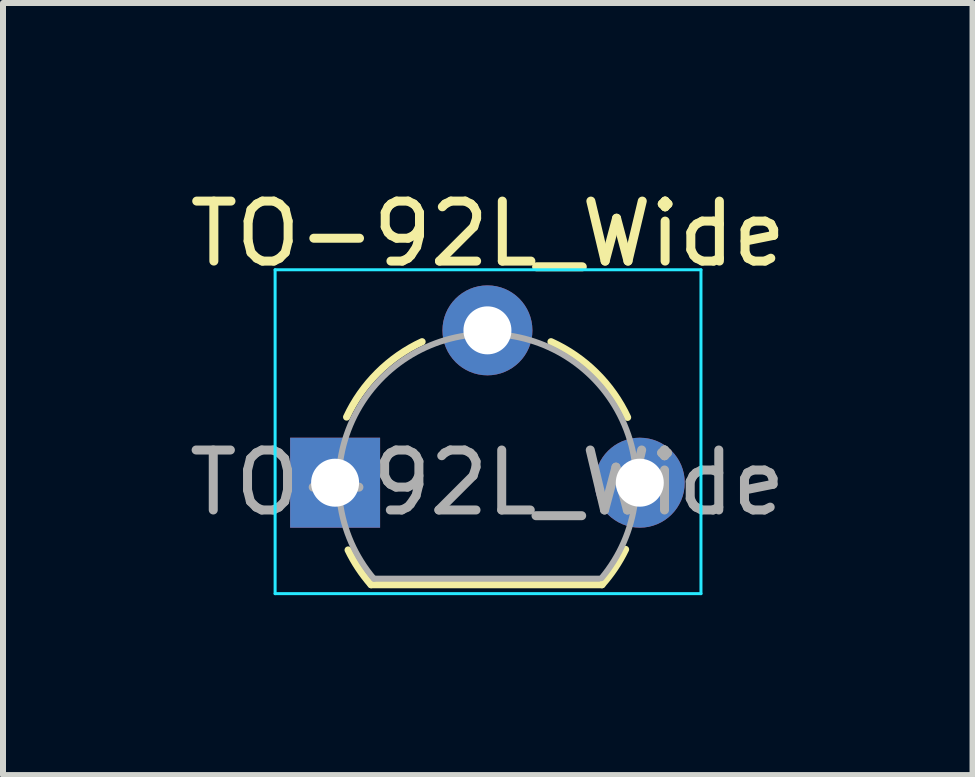
<source format=kicad_pcb>
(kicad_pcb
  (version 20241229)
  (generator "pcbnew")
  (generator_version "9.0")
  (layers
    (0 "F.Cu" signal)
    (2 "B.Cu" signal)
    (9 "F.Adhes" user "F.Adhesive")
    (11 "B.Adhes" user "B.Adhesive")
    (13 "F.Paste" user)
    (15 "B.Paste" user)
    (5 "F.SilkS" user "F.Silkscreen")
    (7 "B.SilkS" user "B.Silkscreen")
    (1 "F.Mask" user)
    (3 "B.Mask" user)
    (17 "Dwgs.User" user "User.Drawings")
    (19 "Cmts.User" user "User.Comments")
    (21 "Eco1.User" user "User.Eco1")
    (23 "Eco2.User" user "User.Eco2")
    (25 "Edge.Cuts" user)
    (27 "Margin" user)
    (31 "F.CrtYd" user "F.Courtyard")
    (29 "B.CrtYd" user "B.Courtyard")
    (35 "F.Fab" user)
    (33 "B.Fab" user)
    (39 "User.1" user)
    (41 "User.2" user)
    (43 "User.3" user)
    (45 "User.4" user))
  (footprint "TO-92L_Wide"
    (layer "F.Cu")
    (at 2.537 4.998)
    (property "Reference" "TO-92L_Wide" (at 2.55 -4.15 0) (layer "F.SilkS") (effects (font (size 1 1) (thickness 0.15))))
    (attr through_hole)
    (fp_line (start 0.6 1.7) (end 4.45 1.7) (stroke (width 0.12) (type solid)) (layer "F.SilkS"))
    (fp_arc (start 0.192226 -1.094786) (mid 0.710119 -1.833613) (end 1.45 -2.35) (stroke (width 0.12) (type solid)) (layer "F.SilkS"))
    (fp_arc (start 0.6 1.7) (mid 0.389183 1.423933) (end 0.217369 1.122045) (stroke (width 0.12) (type solid)) (layer "F.SilkS"))
    (fp_arc (start 3.6 -2.35) (mid 4.351408 -1.834367) (end 4.876463 -1.089513) (stroke (width 0.12) (type solid)) (layer "F.SilkS"))
    (fp_arc (start 4.842383 1.112264) (mid 4.666594 1.419753) (end 4.45 1.7) (stroke (width 0.12) (type solid)) (layer "F.SilkS"))
    (fp_line (start -1 -3.55) (end -1 1.85) (stroke (width 0.05) (type solid)) (layer "B.CrtYd"))
    (fp_line (start -1 1.85) (end 6.1 1.85) (stroke (width 0.05) (type solid)) (layer "B.CrtYd"))
    (fp_line (start 6.1 -3.55) (end -1 -3.55) (stroke (width 0.05) (type solid)) (layer "B.CrtYd"))
    (fp_line (start 6.1 1.85) (end 6.1 -3.55) (stroke (width 0.05) (type solid)) (layer "B.CrtYd"))
    (fp_line (start 0.65 1.6) (end 4.4 1.6) (stroke (width 0.1) (type solid)) (layer "F.Fab"))
    (fp_arc (start 0.647182 1.602385) (mid 0.290076 -1.043188) (end 2.54 -2.48) (stroke (width 0.1) (type solid)) (layer "F.Fab"))
    (fp_arc (start 2.54 -2.48) (mid 4.787211 -1.049019) (end 4.441103 1.592547) (stroke (width 0.1) (type solid)) (layer "F.Fab"))
    (fp_text user "${REFERENCE}" (at 2.54 0 0) (layer "F.Fab") (effects (font (size 1 1) (thickness 0.15))))
    (pad "1" thru_hole circle (at 5.08 0) (size 1.5 1.5) (drill 0.8) (layers "*.Cu" "*.Mask"))
    (pad "2" thru_hole circle (at 2.54 -2.54) (size 1.5 1.5) (drill 0.8) (layers "*.Cu" "*.Mask"))
    (pad "3" thru_hole rect (at 0 0) (size 1.5 1.5) (drill 0.8) (layers "*.Cu" "*.Mask")))
  (gr_rect
    (start -3 -3)
    (end 13.165 9.873)
    (stroke (width 0.1) (type default))
    (fill no)
    (layer "Edge.Cuts")))
</source>
